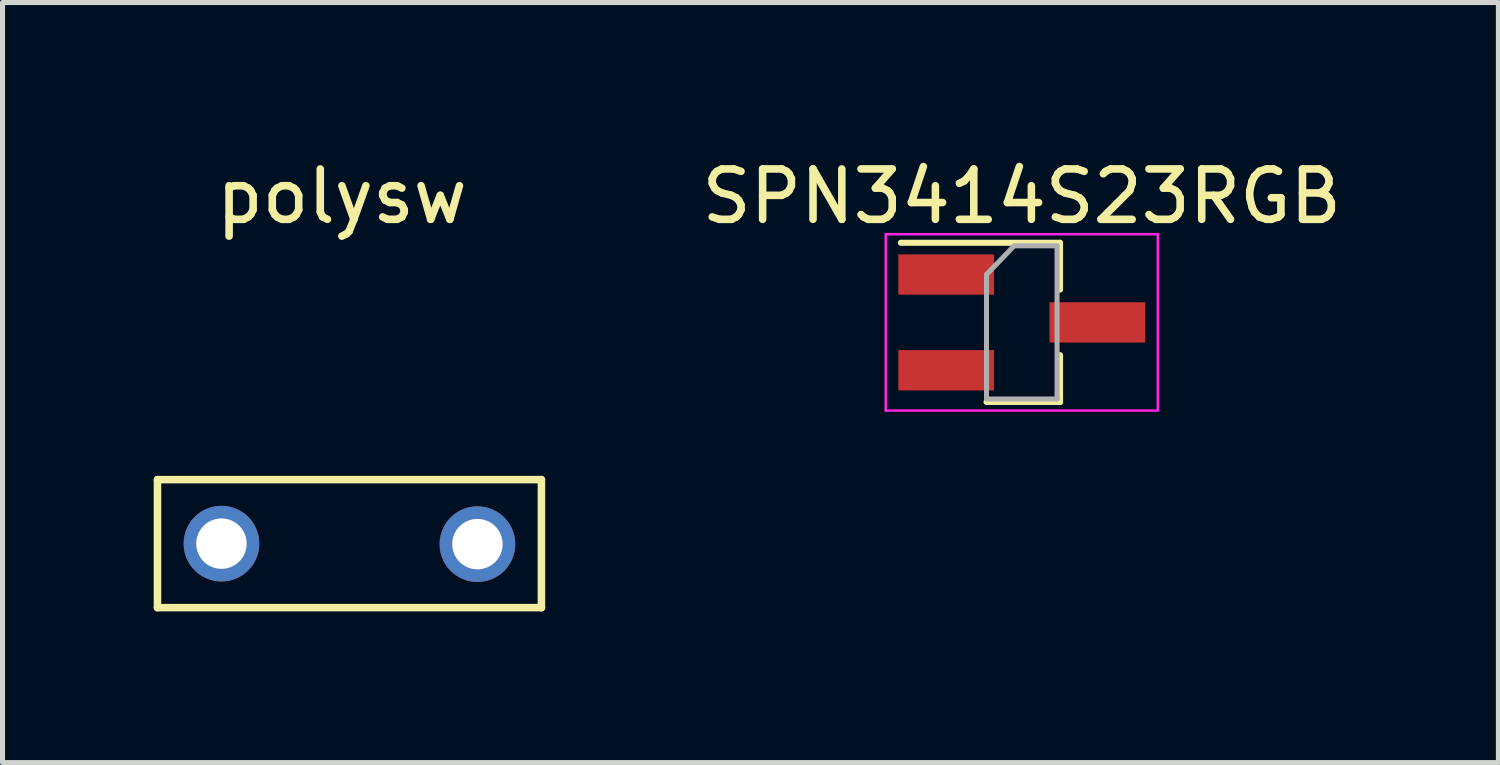
<source format=kicad_pcb>
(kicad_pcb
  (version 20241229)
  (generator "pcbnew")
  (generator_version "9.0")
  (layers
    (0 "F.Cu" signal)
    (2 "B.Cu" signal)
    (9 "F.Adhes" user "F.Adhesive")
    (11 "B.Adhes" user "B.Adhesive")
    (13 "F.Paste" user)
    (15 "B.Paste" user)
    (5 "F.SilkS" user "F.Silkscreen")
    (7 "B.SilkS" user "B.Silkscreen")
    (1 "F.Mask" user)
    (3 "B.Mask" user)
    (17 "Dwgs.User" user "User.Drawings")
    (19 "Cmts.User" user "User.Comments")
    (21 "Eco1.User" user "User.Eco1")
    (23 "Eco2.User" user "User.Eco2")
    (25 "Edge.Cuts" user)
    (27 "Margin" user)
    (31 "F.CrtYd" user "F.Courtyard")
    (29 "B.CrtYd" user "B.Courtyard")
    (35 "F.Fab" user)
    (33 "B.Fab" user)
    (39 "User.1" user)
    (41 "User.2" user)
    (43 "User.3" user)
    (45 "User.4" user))
  (footprint "SPN3414S23RGB"
    (layer "F.Cu")
    (at 17.228 3.348)
    (property "Reference" "SPN3414S23RGB" (at 0 -2.5 0) (layer "F.SilkS") (effects (font (size 1 1) (thickness 0.15))))
    (attr smd)
    (fp_line (start 0.76 -1.58) (end -2.4 -1.58) (stroke (width 0.12) (type solid)) (layer "F.SilkS"))
    (fp_line (start 0.76 -1.58) (end 0.76 -0.65) (stroke (width 0.12) (type solid)) (layer "F.SilkS"))
    (fp_line (start 0.76 1.58) (end -0.7 1.58) (stroke (width 0.12) (type solid)) (layer "F.SilkS"))
    (fp_line (start 0.76 1.58) (end 0.76 0.65) (stroke (width 0.12) (type solid)) (layer "F.SilkS"))
    (fp_line (start -2.7 -1.75) (end 2.7 -1.75) (stroke (width 0.05) (type solid)) (layer "F.CrtYd"))
    (fp_line (start -2.7 1.75) (end -2.7 -1.75) (stroke (width 0.05) (type solid)) (layer "F.CrtYd"))
    (fp_line (start 2.7 -1.75) (end 2.7 1.75) (stroke (width 0.05) (type solid)) (layer "F.CrtYd"))
    (fp_line (start 2.7 1.75) (end -2.7 1.75) (stroke (width 0.05) (type solid)) (layer "F.CrtYd"))
    (fp_line (start -0.7 -0.95) (end -0.7 1.5) (stroke (width 0.1) (type solid)) (layer "F.Fab"))
    (fp_line (start -0.7 -0.95) (end -0.15 -1.52) (stroke (width 0.1) (type solid)) (layer "F.Fab"))
    (fp_line (start -0.7 1.52) (end 0.7 1.52) (stroke (width 0.1) (type solid)) (layer "F.Fab"))
    (fp_line (start -0.15 -1.52) (end 0.7 -1.52) (stroke (width 0.1) (type solid)) (layer "F.Fab"))
    (fp_line (start 0.7 -1.52) (end 0.7 1.52) (stroke (width 0.1) (type solid)) (layer "F.Fab"))
    (pad "1" smd rect (at 1.5 0) (size 1.9 0.8) (layers "F.Cu" "F.Mask" "F.Paste"))
    (pad "2" smd rect (at -1.5 -0.95) (size 1.9 0.8) (layers "F.Cu" "F.Mask" "F.Paste"))
    (pad "3" smd rect (at -1.5 0.95) (size 1.9 0.8) (layers "F.Cu" "F.Mask" "F.Paste")))
  (footprint "polysw"
    (layer "F.Cu")
    (at 3.885 7.739)
    (property "Reference" "polysw" (at -0.15 -6.891 0) (layer "F.SilkS") (effects (font (size 1 1) (thickness 0.15))))
    (attr through_hole)
    (fp_line (start -3.81 -1.27) (end 3.81 -1.27) (stroke (width 0.15) (type solid)) (layer "F.SilkS"))
    (fp_line (start -3.81 1.27) (end -3.81 -1.27) (stroke (width 0.15) (type solid)) (layer "F.SilkS"))
    (fp_line (start 3.81 -1.27) (end 3.81 1.27) (stroke (width 0.15) (type solid)) (layer "F.SilkS"))
    (fp_line (start 3.81 1.27) (end -3.81 1.27) (stroke (width 0.15) (type solid)) (layer "F.SilkS"))
    (pad "1" thru_hole circle (at -2.54 0) (size 1.501 1.501) (drill 1.001) (layers "*.Cu" "*.Mask"))
    (pad "2" thru_hole circle (at 2.54 0.01) (size 1.501 1.501) (drill 1.001) (layers "*.Cu" "*.Mask")))
  (gr_rect
    (start -3 -3)
    (end 26.687 12.084)
    (stroke (width 0.1) (type default))
    (fill no)
    (layer "Edge.Cuts")))
</source>
